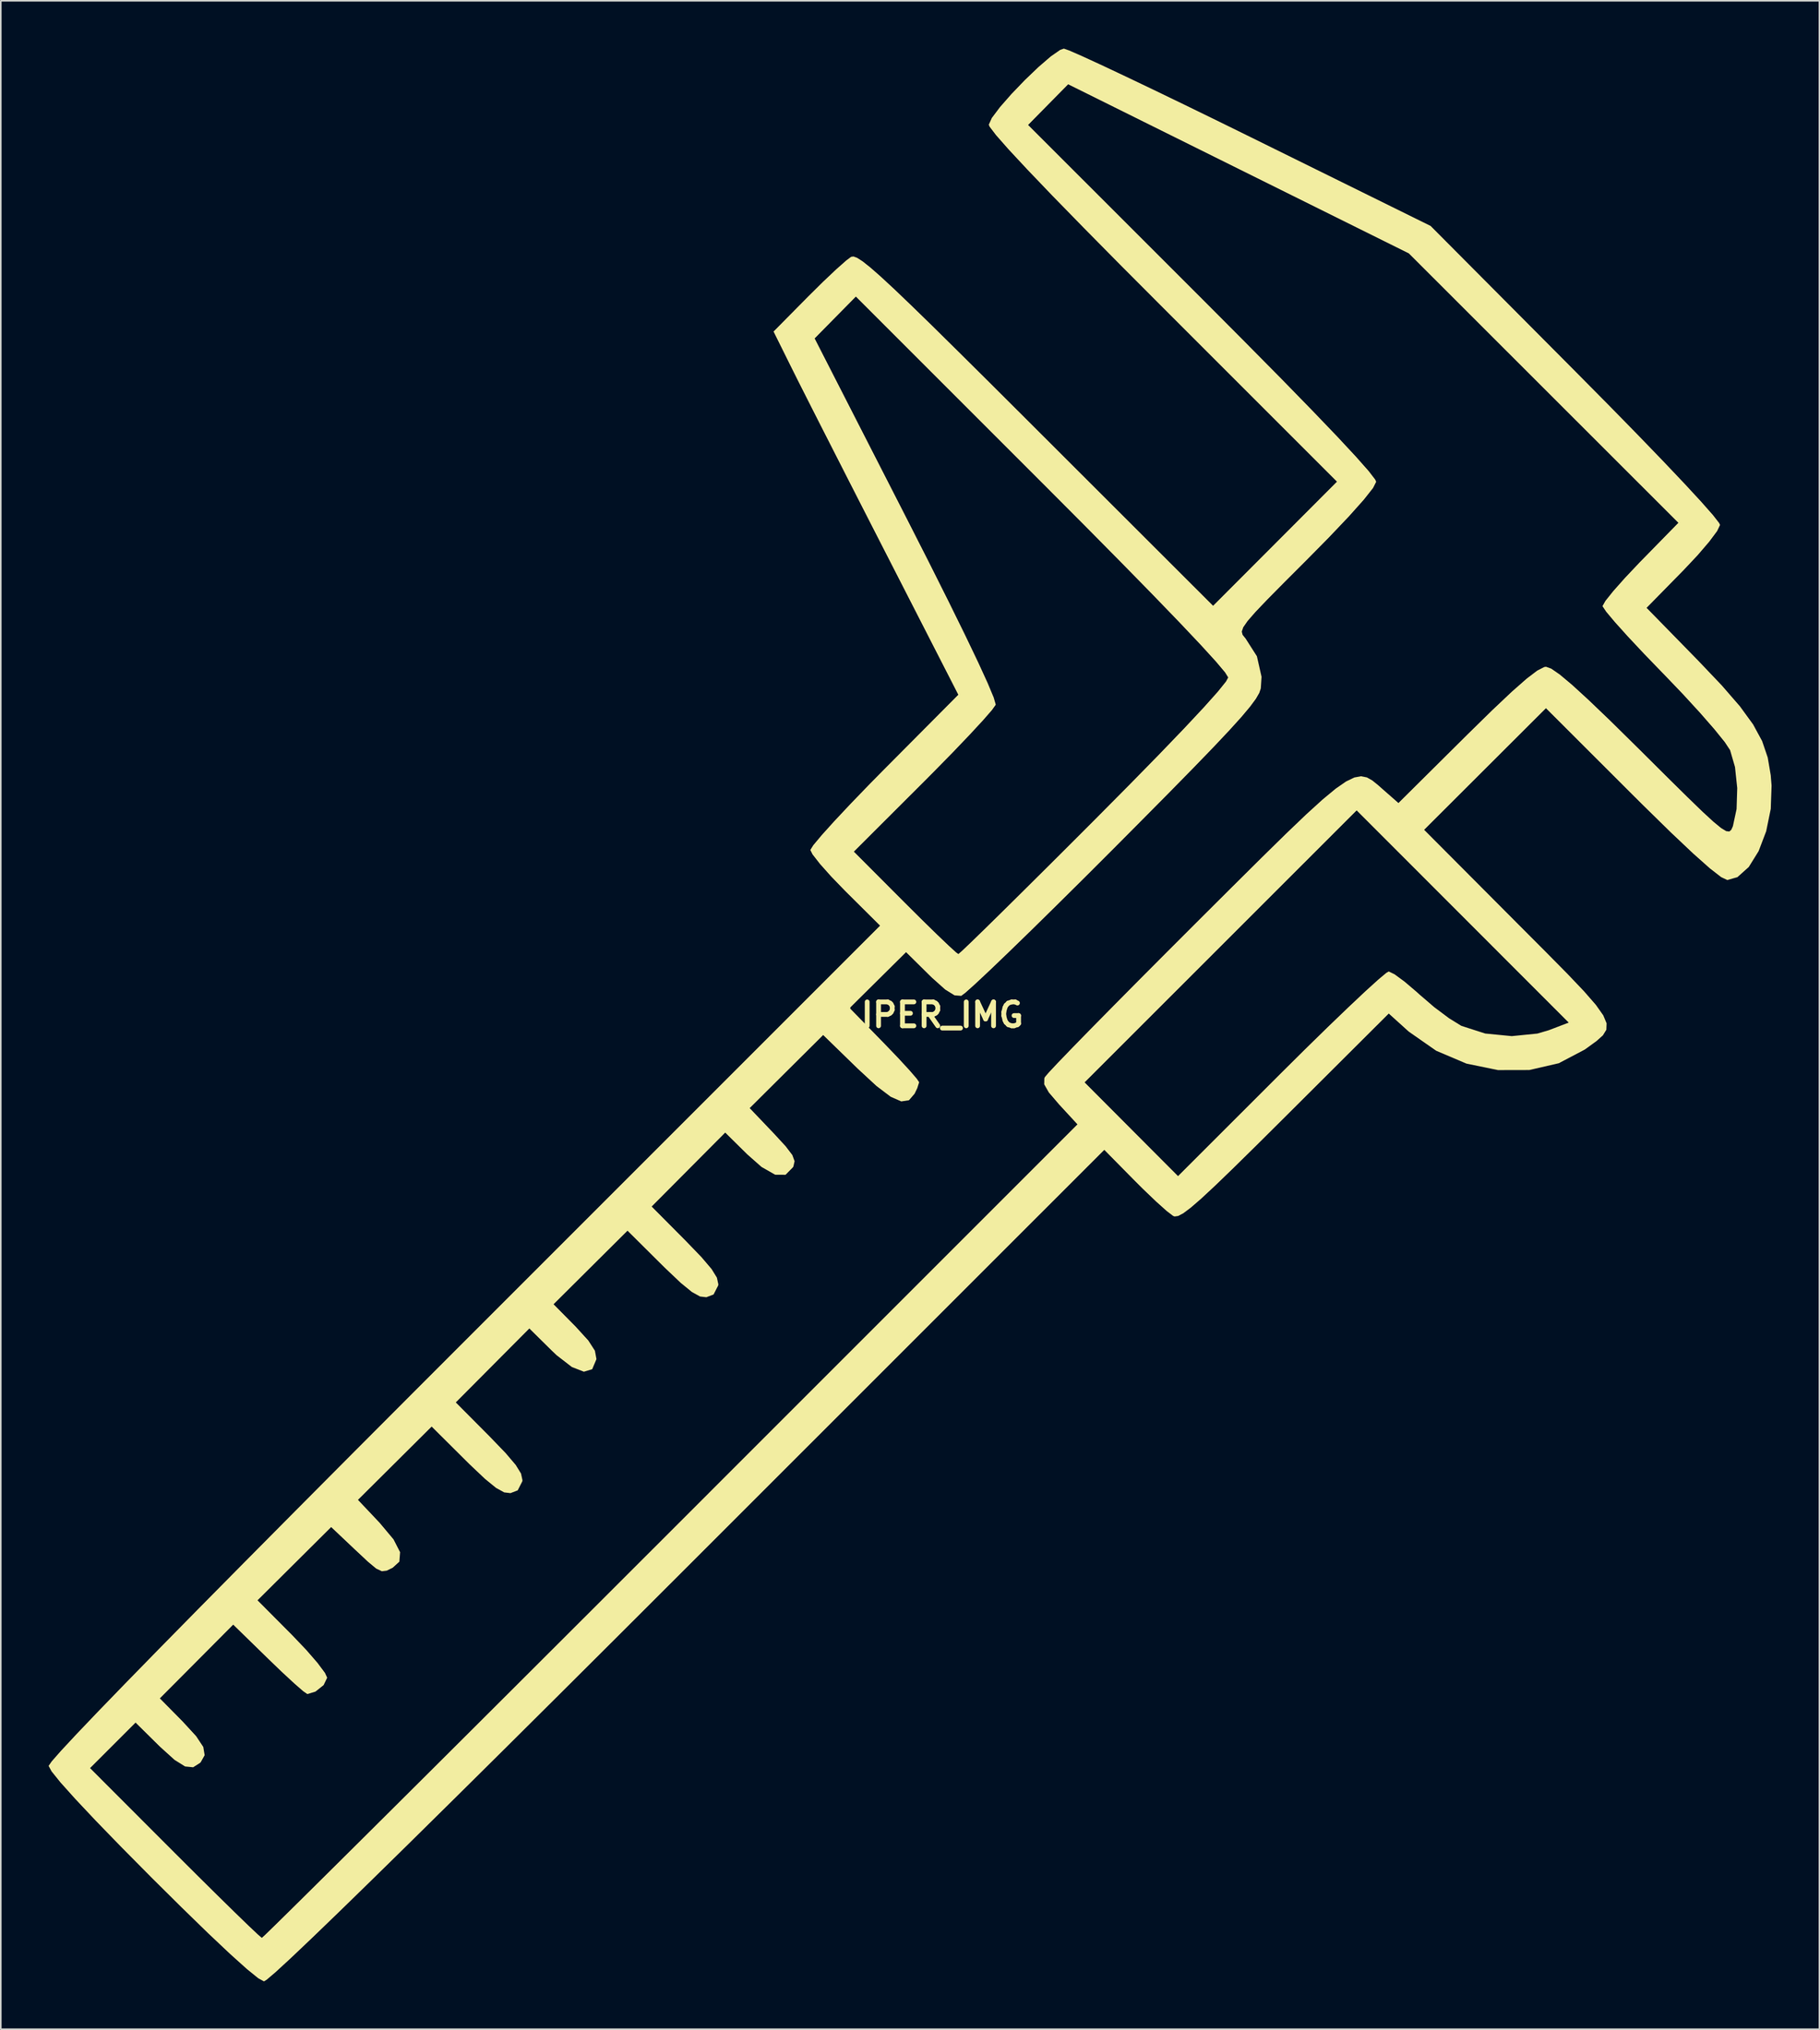
<source format=kicad_pcb>
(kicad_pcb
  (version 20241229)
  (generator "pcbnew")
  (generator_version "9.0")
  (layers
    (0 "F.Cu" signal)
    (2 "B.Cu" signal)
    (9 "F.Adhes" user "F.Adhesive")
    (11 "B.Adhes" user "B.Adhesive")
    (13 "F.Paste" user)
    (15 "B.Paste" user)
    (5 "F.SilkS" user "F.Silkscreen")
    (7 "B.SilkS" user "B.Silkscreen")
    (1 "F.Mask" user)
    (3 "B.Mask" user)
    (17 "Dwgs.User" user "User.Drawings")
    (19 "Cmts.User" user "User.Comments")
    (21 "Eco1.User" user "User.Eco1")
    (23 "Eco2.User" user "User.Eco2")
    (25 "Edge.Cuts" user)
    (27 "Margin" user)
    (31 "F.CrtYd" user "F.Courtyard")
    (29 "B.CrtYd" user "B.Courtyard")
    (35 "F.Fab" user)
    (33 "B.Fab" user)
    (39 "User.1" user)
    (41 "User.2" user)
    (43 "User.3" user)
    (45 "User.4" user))
  (footprint "CALIPER_IMG"
    (layer "F.Cu")
    (at 54.077 60.632)
    (property "Reference" "CALIPER_IMG" (at 0 0 0) (layer "F.SilkS") (effects (font (size 1.5 1.5) (thickness 0.3))))
    (attr board_only exclude_from_pos_files exclude_from_bom)
    (fp_poly (pts (xy 9.96 -60.515) (xy 10.732 -60.177) (xy 11.891 -59.645) (xy 13.386 -58.941) (xy 15.166 -58.091) (xy 17.182 -57.117) (xy 19.38 -56.045) (xy 21.364 -55.069) (xy 32.638 -49.507) (xy 41.719 -40.38) (xy 43.766 -38.312) (xy 45.607 -36.431) (xy 47.214 -34.766) (xy 48.56 -33.347) (xy 49.616 -32.204) (xy 50.353 -31.368) (xy 50.743 -30.867) (xy 50.8 -30.747) (xy 50.617 -30.363) (xy 50.118 -29.693) (xy 49.38 -28.833) (xy 48.495 -27.893) (xy 46.19 -25.546) (xy 49.399 -22.264) (xy 50.907 -20.68) (xy 52.049 -19.364) (xy 52.876 -18.228) (xy 53.44 -17.187) (xy 53.792 -16.153) (xy 53.981 -15.041) (xy 54.033 -14.393) (xy 53.983 -12.935) (xy 53.695 -11.53) (xy 53.219 -10.279) (xy 52.601 -9.285) (xy 51.89 -8.649) (xy 51.256 -8.467) (xy 50.872 -8.649) (xy 50.162 -9.2) (xy 49.116 -10.129) (xy 47.725 -11.444) (xy 45.98 -13.153) (xy 45.272 -13.858) (xy 39.876 -19.249) (xy 36.054 -15.434) (xy 32.232 -11.619) (xy 38.127 -5.702) (xy 39.855 -3.969) (xy 41.227 -2.579) (xy 42.27 -1.483) (xy 43.009 -0.634) (xy 43.471 0.019) (xy 43.681 0.522) (xy 43.665 0.926) (xy 43.449 1.277) (xy 43.059 1.626) (xy 42.52 2.019) (xy 42.314 2.167) (xy 40.682 3.026) (xy 38.833 3.452) (xy 36.867 3.456) (xy 34.885 3.049) (xy 32.987 2.242) (xy 31.273 1.046) (xy 31.156 0.942) (xy 30.013 -0.091) (xy 23.503 6.398) (xy 21.715 8.175) (xy 20.27 9.597) (xy 19.128 10.699) (xy 18.25 11.516) (xy 17.595 12.083) (xy 17.124 12.437) (xy 16.797 12.61) (xy 16.575 12.64) (xy 16.485 12.608) (xy 16.08 12.299) (xy 15.408 11.697) (xy 14.579 10.903) (xy 14.07 10.395) (xy 12.163 8.461) (xy -13.928 34.547) (xy -18.149 38.763) (xy -22.014 42.616) (xy -25.522 46.103) (xy -28.67 49.221) (xy -31.455 51.97) (xy -33.874 54.344) (xy -35.926 56.344) (xy -37.606 57.964) (xy -38.914 59.205) (xy -39.847 60.062) (xy -40.401 60.533) (xy -40.564 60.632) (xy -40.922 60.436) (xy -41.637 59.856) (xy -42.689 58.911) (xy -44.062 57.615) (xy -45.737 55.985) (xy -47.593 54.144) (xy -49.512 52.207) (xy -51.119 50.55) (xy -52.396 49.193) (xy -53.327 48.155) (xy -53.893 47.453) (xy -54.002 47.25) (xy -51.477 47.25) (xy -46.157 52.576) (xy -44.762 53.967) (xy -43.494 55.223) (xy -42.403 56.293) (xy -41.54 57.129) (xy -40.956 57.681) (xy -40.702 57.899) (xy -40.697 57.901) (xy -40.49 57.712) (xy -39.92 57.158) (xy -39.01 56.263) (xy -37.781 55.049) (xy -36.257 53.539) (xy -34.46 51.755) (xy -32.413 49.719) (xy -30.138 47.455) (xy -27.658 44.984) (xy -24.996 42.329) (xy -22.175 39.513) (xy -19.216 36.558) (xy -16.143 33.486) (xy -15.039 32.382) (xy 10.48 6.862) (xy 9.328 5.613) (xy 8.683 4.859) (xy 8.393 4.35) (xy 8.396 4.227) (xy 10.928 4.227) (xy 13.859 7.168) (xy 16.79 10.108) (xy 23.214 3.688) (xy 24.761 2.153) (xy 26.196 0.749) (xy 27.472 -0.477) (xy 28.539 -1.482) (xy 29.352 -2.219) (xy 29.861 -2.644) (xy 30.009 -2.731) (xy 30.374 -2.556) (xy 31.007 -2.091) (xy 31.783 -1.43) (xy 31.95 -1.278) (xy 32.868 -0.49) (xy 33.798 0.206) (xy 34.547 0.669) (xy 34.581 0.685) (xy 36.065 1.163) (xy 37.732 1.326) (xy 39.338 1.165) (xy 40.053 0.955) (xy 41.304 0.477) (xy 34.651 -6.18) (xy 27.998 -12.837) (xy 19.463 -4.305) (xy 10.928 4.227) (xy 8.396 4.227) (xy 8.401 3.972) (xy 8.44 3.889) (xy 8.682 3.605) (xy 9.272 2.977) (xy 10.172 2.043) (xy 11.343 0.844) (xy 12.746 -0.58) (xy 14.341 -2.19) (xy 16.09 -3.946) (xy 17.948 -5.804) (xy 20.161 -8.01) (xy 22.022 -9.858) (xy 23.568 -11.375) (xy 24.835 -12.587) (xy 25.86 -13.519) (xy 26.68 -14.198) (xy 27.332 -14.65) (xy 27.851 -14.902) (xy 28.274 -14.979) (xy 28.639 -14.907) (xy 28.982 -14.714) (xy 29.339 -14.425) (xy 29.639 -14.16) (xy 30.62 -13.299) (xy 34.926 -17.574) (xy 36.494 -19.112) (xy 37.727 -20.277) (xy 38.661 -21.099) (xy 39.33 -21.608) (xy 39.768 -21.832) (xy 39.879 -21.849) (xy 40.204 -21.733) (xy 40.736 -21.366) (xy 41.508 -20.72) (xy 42.551 -19.765) (xy 43.899 -18.474) (xy 45.581 -16.817) (xy 45.925 -16.476) (xy 47.509 -14.9) (xy 48.751 -13.674) (xy 49.695 -12.76) (xy 50.386 -12.124) (xy 50.868 -11.728) (xy 51.185 -11.536) (xy 51.383 -11.512) (xy 51.505 -11.62) (xy 51.597 -11.823) (xy 51.608 -11.851) (xy 51.837 -12.92) (xy 51.877 -14.241) (xy 51.738 -15.559) (xy 51.431 -16.615) (xy 51.429 -16.619) (xy 51.095 -17.124) (xy 50.441 -17.933) (xy 49.537 -18.968) (xy 48.452 -20.15) (xy 47.254 -21.4) (xy 47.196 -21.459) (xy 46.036 -22.658) (xy 45.021 -23.741) (xy 44.209 -24.643) (xy 43.659 -25.298) (xy 43.429 -25.641) (xy 43.426 -25.659) (xy 43.608 -25.982) (xy 44.104 -26.601) (xy 44.84 -27.43) (xy 45.741 -28.383) (xy 45.806 -28.449) (xy 48.186 -30.881) (xy 39.729 -39.332) (xy 31.272 -47.784) (xy 20.584 -53.089) (xy 9.896 -58.394) (xy 8.639 -57.118) (xy 7.382 -55.842) (xy 18.303 -44.924) (xy 20.965 -42.252) (xy 23.266 -39.923) (xy 25.199 -37.941) (xy 26.761 -36.312) (xy 27.945 -35.04) (xy 28.747 -34.133) (xy 29.162 -33.594) (xy 29.224 -33.455) (xy 29.026 -33.063) (xy 28.447 -32.33) (xy 27.513 -31.284) (xy 26.247 -29.952) (xy 24.861 -28.548) (xy 23.457 -27.144) (xy 22.398 -26.072) (xy 21.644 -25.281) (xy 21.152 -24.716) (xy 20.882 -24.326) (xy 20.791 -24.057) (xy 20.84 -23.856) (xy 20.986 -23.671) (xy 21.019 -23.635) (xy 21.739 -22.509) (xy 22.03 -21.218) (xy 21.982 -20.487) (xy 21.887 -20.205) (xy 21.674 -19.836) (xy 21.311 -19.346) (xy 20.768 -18.699) (xy 20.012 -17.863) (xy 19.013 -16.803) (xy 17.738 -15.485) (xy 16.158 -13.875) (xy 14.241 -11.94) (xy 12.755 -10.446) (xy 10.91 -8.602) (xy 9.169 -6.877) (xy 7.574 -5.309) (xy 6.163 -3.938) (xy 4.979 -2.803) (xy 4.059 -1.942) (xy 3.446 -1.394) (xy 3.187 -1.2) (xy 2.767 -1.234) (xy 2.181 -1.597) (xy 1.351 -2.339) (xy 1.197 -2.489) (xy -0.275 -3.943) (xy -2.044 -2.19) (xy -3.813 -0.436) (xy -1.633 1.797) (xy -0.769 2.698) (xy -0.067 3.46) (xy 0.397 3.997) (xy 0.546 4.218) (xy 0.43 4.586) (xy 0.264 4.934) (xy -0.092 5.348) (xy -0.576 5.421) (xy -1.239 5.13) (xy -2.133 4.453) (xy -3.309 3.366) (xy -3.316 3.359) (xy -5.477 1.256) (xy -7.782 3.549) (xy -10.087 5.842) (xy -8.581 7.421) (xy -7.828 8.238) (xy -7.411 8.786) (xy -7.27 9.172) (xy -7.344 9.501) (xy -7.371 9.553) (xy -7.837 10.025) (xy -8.488 10.021) (xy -9.343 9.534) (xy -10.241 8.741) (xy -11.622 7.377) (xy -13.93 9.697) (xy -16.238 12.017) (xy -14.104 14.164) (xy -13.113 15.192) (xy -12.478 15.938) (xy -12.144 16.478) (xy -12.055 16.889) (xy -12.061 16.964) (xy -12.352 17.534) (xy -12.806 17.708) (xy -13.201 17.662) (xy -13.709 17.381) (xy -14.407 16.812) (xy -15.372 15.897) (xy -15.606 15.666) (xy -17.753 13.532) (xy -20.073 15.84) (xy -22.393 18.148) (xy -21.005 19.553) (xy -20.212 20.423) (xy -19.798 21.064) (xy -19.705 21.572) (xy -19.709 21.609) (xy -19.969 22.224) (xy -20.49 22.381) (xy -21.244 22.086) (xy -22.203 21.345) (xy -22.507 21.055) (xy -23.912 19.667) (xy -26.22 21.987) (xy -28.528 24.307) (xy -26.394 26.454) (xy -25.403 27.482) (xy -24.769 28.228) (xy -24.435 28.769) (xy -24.345 29.18) (xy -24.352 29.254) (xy -24.642 29.824) (xy -25.097 29.999) (xy -25.491 29.952) (xy -25.999 29.672) (xy -26.698 29.102) (xy -27.663 28.188) (xy -27.896 27.957) (xy -30.043 25.822) (xy -32.355 28.122) (xy -34.666 30.421) (xy -33.311 31.854) (xy -32.435 32.899) (xy -32.023 33.703) (xy -32.068 34.298) (xy -32.483 34.676) (xy -32.861 34.863) (xy -33.168 34.9) (xy -33.521 34.733) (xy -34.036 34.305) (xy -34.831 33.561) (xy -34.851 33.543) (xy -36.348 32.127) (xy -38.658 34.425) (xy -40.968 36.723) (xy -38.783 38.919) (xy -37.908 39.838) (xy -37.2 40.655) (xy -36.738 41.275) (xy -36.598 41.578) (xy -36.821 42.042) (xy -37.331 42.45) (xy -37.842 42.606) (xy -38.101 42.427) (xy -38.662 41.938) (xy -39.44 41.218) (xy -40.262 40.428) (xy -42.494 38.249) (xy -44.796 40.563) (xy -47.098 42.876) (xy -45.671 44.32) (xy -44.821 45.245) (xy -44.371 45.924) (xy -44.286 46.441) (xy -44.531 46.879) (xy -44.573 46.922) (xy -45.007 47.198) (xy -45.512 47.148) (xy -46.171 46.737) (xy -47.066 45.929) (xy -47.176 45.822) (xy -48.621 44.394) (xy -50.049 45.822) (xy -51.477 47.25) (xy -54.002 47.25) (xy -54.077 47.111) (xy -53.883 46.829) (xy -53.302 46.168) (xy -52.336 45.13) (xy -50.99 43.719) (xy -49.265 41.937) (xy -47.165 39.787) (xy -44.694 37.274) (xy -41.852 34.399) (xy -38.645 31.165) (xy -35.075 27.576) (xy -31.144 23.635) (xy -27.992 20.481) (xy -1.906 -5.606) (xy -4.094 -7.781) (xy -4.97 -8.686) (xy -5.68 -9.482) (xy -6.142 -10.076) (xy -6.282 -10.354) (xy -6.096 -10.652) (xy -5.575 -11.276) (xy -4.772 -12.167) (xy -3.739 -13.267) (xy -2.531 -14.518) (xy -1.639 -15.423) (xy 3.004 -20.093) (xy -1.628 -29.139) (xy -2.736 -31.305) (xy -3.815 -33.417) (xy -4.826 -35.402) (xy -5.734 -37.185) (xy -6.499 -38.695) (xy -7.086 -39.856) (xy -7.424 -40.533) (xy -8.375 -42.449) (xy -6.011 -42.449) (xy -0.256 -31.193) (xy 1.163 -28.401) (xy 2.395 -25.942) (xy 3.429 -23.84) (xy 4.253 -22.119) (xy 4.855 -20.803) (xy 5.225 -19.917) (xy 5.35 -19.484) (xy 5.347 -19.459) (xy 5.116 -19.134) (xy 4.553 -18.489) (xy 3.716 -17.584) (xy 2.662 -16.481) (xy 1.448 -15.243) (xy 0.823 -14.615) (xy -3.55 -10.249) (xy -0.345 -7.036) (xy 0.729 -5.968) (xy 1.667 -5.05) (xy 2.404 -4.347) (xy 2.872 -3.921) (xy 3.006 -3.824) (xy 3.223 -4.011) (xy 3.786 -4.546) (xy 4.654 -5.39) (xy 5.787 -6.503) (xy 7.145 -7.846) (xy 8.689 -9.379) (xy 10.378 -11.064) (xy 11.545 -12.232) (xy 13.73 -14.434) (xy 15.613 -16.357) (xy 17.177 -17.984) (xy 18.406 -19.298) (xy 19.286 -20.283) (xy 19.8 -20.922) (xy 19.938 -21.178) (xy 19.743 -21.494) (xy 19.166 -22.179) (xy 18.217 -23.219) (xy 16.908 -24.604) (xy 15.249 -26.323) (xy 13.252 -28.364) (xy 10.927 -30.715) (xy 8.285 -33.366) (xy 8.256 -33.394) (xy -3.425 -45.074) (xy -4.718 -43.761) (xy -6.011 -42.449) (xy -8.375 -42.449) (xy -8.589 -42.881) (xy -6.411 -45.084) (xy -5.488 -45.998) (xy -4.66 -46.781) (xy -4.028 -47.34) (xy -3.722 -47.569) (xy -3.574 -47.59) (xy -3.345 -47.506) (xy -3.006 -47.288) (xy -2.527 -46.909) (xy -1.879 -46.341) (xy -1.033 -45.558) (xy 0.041 -44.531) (xy 1.374 -43.233) (xy 2.993 -41.636) (xy 4.93 -39.714) (xy 7.213 -37.437) (xy 7.889 -36.762) (xy 18.99 -25.674) (xy 22.877 -29.568) (xy 26.763 -33.462) (xy 15.84 -44.383) (xy 13.149 -47.082) (xy 10.833 -49.429) (xy 8.892 -51.418) (xy 7.333 -53.047) (xy 6.156 -54.311) (xy 5.367 -55.208) (xy 4.968 -55.733) (xy 4.916 -55.858) (xy 5.107 -56.282) (xy 5.615 -56.958) (xy 6.338 -57.783) (xy 7.177 -58.656) (xy 8.033 -59.476) (xy 8.805 -60.141) (xy 9.393 -60.551) (xy 9.626 -60.632)) (stroke (width 0) (type solid)) (fill yes) (layer "F.SilkS")))
  (gr_rect
    (start -3 -3)
    (end 111.111 124.265)
    (stroke (width 0.1) (type default))
    (fill no)
    (layer "Edge.Cuts")))
</source>
